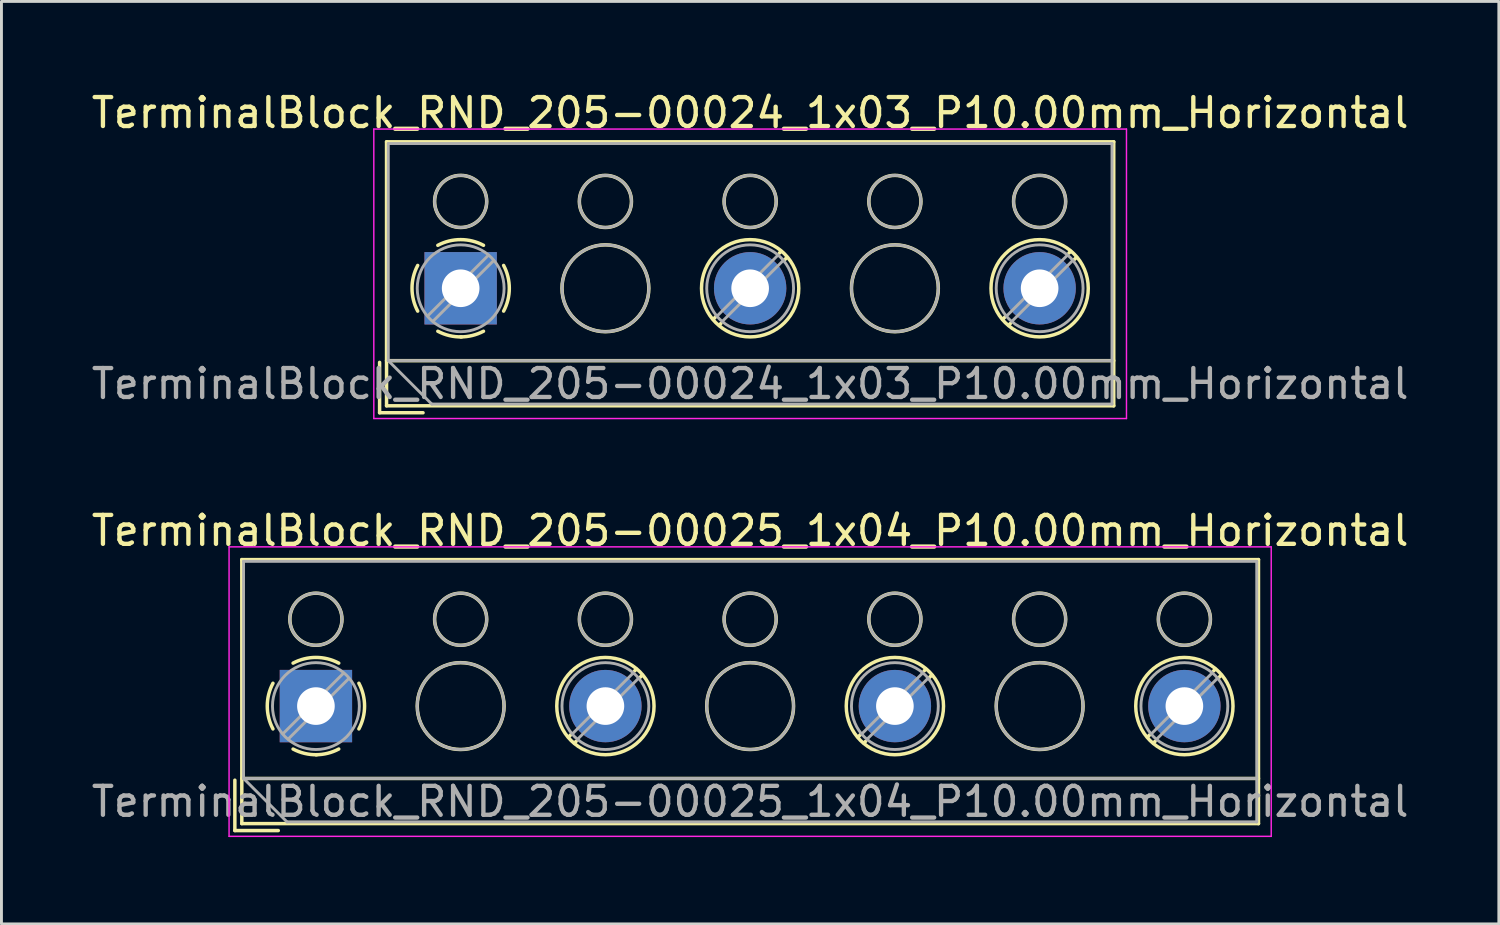
<source format=kicad_pcb>
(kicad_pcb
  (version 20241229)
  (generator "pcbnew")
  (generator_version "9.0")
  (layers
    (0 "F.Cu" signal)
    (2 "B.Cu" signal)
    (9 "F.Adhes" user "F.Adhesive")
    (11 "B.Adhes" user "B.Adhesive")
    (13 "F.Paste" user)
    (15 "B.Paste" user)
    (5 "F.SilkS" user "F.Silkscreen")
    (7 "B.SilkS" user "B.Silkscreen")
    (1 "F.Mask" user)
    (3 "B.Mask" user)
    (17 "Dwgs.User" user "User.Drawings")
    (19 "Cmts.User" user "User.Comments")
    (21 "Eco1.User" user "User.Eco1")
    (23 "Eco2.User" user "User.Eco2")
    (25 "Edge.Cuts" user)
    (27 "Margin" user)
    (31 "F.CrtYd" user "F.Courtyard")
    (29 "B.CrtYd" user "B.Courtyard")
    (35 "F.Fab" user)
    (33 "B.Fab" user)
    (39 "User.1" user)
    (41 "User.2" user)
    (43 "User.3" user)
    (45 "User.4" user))
  (footprint "TerminalBlock_RND_205-00025_1x04_P10.00mm_Horizontal"
    (layer "F.Cu")
    (at 7.863 21.341)
    (property "Reference" "TerminalBlock_RND_205-00025_1x04_P10.00mm_Horizontal" (at 15 -6.06 0) (layer "F.SilkS") (effects (font (size 1 1) (thickness 0.15))))
    (attr through_hole)
    (fp_line (start -2.8 2.56) (end -2.8 4.3) (stroke (width 0.12) (type solid)) (layer "F.SilkS"))
    (fp_line (start -2.8 4.3) (end -1.3 4.3) (stroke (width 0.12) (type solid)) (layer "F.SilkS"))
    (fp_line (start -2.56 -5.06) (end -2.56 4.06) (stroke (width 0.12) (type solid)) (layer "F.SilkS"))
    (fp_line (start -2.56 -5.06) (end 32.56 -5.06) (stroke (width 0.12) (type solid)) (layer "F.SilkS"))
    (fp_line (start -2.56 2.5) (end 32.56 2.5) (stroke (width 0.12) (type solid)) (layer "F.SilkS"))
    (fp_line (start -2.56 4.06) (end 32.56 4.06) (stroke (width 0.12) (type solid)) (layer "F.SilkS"))
    (fp_line (start 8.82 0.976) (end 8.726 1.069) (stroke (width 0.12) (type solid)) (layer "F.SilkS"))
    (fp_line (start 8.99 1.216) (end 8.931 1.274) (stroke (width 0.12) (type solid)) (layer "F.SilkS"))
    (fp_line (start 11.07 -1.275) (end 11.011 -1.216) (stroke (width 0.12) (type solid)) (layer "F.SilkS"))
    (fp_line (start 11.275 -1.069) (end 11.181 -0.976) (stroke (width 0.12) (type solid)) (layer "F.SilkS"))
    (fp_line (start 18.82 0.976) (end 18.726 1.069) (stroke (width 0.12) (type solid)) (layer "F.SilkS"))
    (fp_line (start 18.99 1.216) (end 18.931 1.274) (stroke (width 0.12) (type solid)) (layer "F.SilkS"))
    (fp_line (start 21.07 -1.275) (end 21.011 -1.216) (stroke (width 0.12) (type solid)) (layer "F.SilkS"))
    (fp_line (start 21.275 -1.069) (end 21.181 -0.976) (stroke (width 0.12) (type solid)) (layer "F.SilkS"))
    (fp_line (start 28.82 0.976) (end 28.726 1.069) (stroke (width 0.12) (type solid)) (layer "F.SilkS"))
    (fp_line (start 28.99 1.216) (end 28.931 1.274) (stroke (width 0.12) (type solid)) (layer "F.SilkS"))
    (fp_line (start 31.07 -1.275) (end 31.011 -1.216) (stroke (width 0.12) (type solid)) (layer "F.SilkS"))
    (fp_line (start 31.275 -1.069) (end 31.181 -0.976) (stroke (width 0.12) (type solid)) (layer "F.SilkS"))
    (fp_line (start 32.56 -5.06) (end 32.56 4.06) (stroke (width 0.12) (type solid)) (layer "F.SilkS"))
    (fp_arc (start -1.483953 0.789089) (mid -1.680708 0.00005) (end -1.484 -0.789) (stroke (width 0.12) (type solid)) (layer "F.SilkS"))
    (fp_arc (start -0.789089 -1.483953) (mid -0.00005 -1.680708) (end 0.789 -1.484) (stroke (width 0.12) (type solid)) (layer "F.SilkS"))
    (fp_arc (start 0.029383 1.68045) (mid -0.392304 1.634281) (end -0.789 1.484) (stroke (width 0.12) (type solid)) (layer "F.SilkS"))
    (fp_arc (start 0.788712 1.483352) (mid 0.406429 1.630097) (end 0 1.68) (stroke (width 0.12) (type solid)) (layer "F.SilkS"))
    (fp_arc (start 1.483953 -0.789089) (mid 1.680708 -0.00005) (end 1.484 0.789) (stroke (width 0.12) (type solid)) (layer "F.SilkS"))
    (fp_circle (center 0 -3) (end 0.9 -3) (stroke (width 0.12) (type solid)) (fill no) (layer "F.SilkS"))
    (fp_circle (center 5 -3) (end 5.9 -3) (stroke (width 0.12) (type solid)) (fill no) (layer "F.SilkS"))
    (fp_circle (center 5 0) (end 6.5 0) (stroke (width 0.12) (type solid)) (fill no) (layer "F.SilkS"))
    (fp_circle (center 10 -3) (end 10.9 -3) (stroke (width 0.12) (type solid)) (fill no) (layer "F.SilkS"))
    (fp_circle (center 10 0) (end 11.68 0) (stroke (width 0.12) (type solid)) (fill no) (layer "F.SilkS"))
    (fp_circle (center 15 -3) (end 15.9 -3) (stroke (width 0.12) (type solid)) (fill no) (layer "F.SilkS"))
    (fp_circle (center 15 0) (end 16.5 0) (stroke (width 0.12) (type solid)) (fill no) (layer "F.SilkS"))
    (fp_circle (center 20 -3) (end 20.9 -3) (stroke (width 0.12) (type solid)) (fill no) (layer "F.SilkS"))
    (fp_circle (center 20 0) (end 21.68 0) (stroke (width 0.12) (type solid)) (fill no) (layer "F.SilkS"))
    (fp_circle (center 25 -3) (end 25.9 -3) (stroke (width 0.12) (type solid)) (fill no) (layer "F.SilkS"))
    (fp_circle (center 25 0) (end 26.5 0) (stroke (width 0.12) (type solid)) (fill no) (layer "F.SilkS"))
    (fp_circle (center 30 -3) (end 30.9 -3) (stroke (width 0.12) (type solid)) (fill no) (layer "F.SilkS"))
    (fp_circle (center 30 0) (end 31.68 0) (stroke (width 0.12) (type solid)) (fill no) (layer "F.SilkS"))
    (fp_line (start -3 -5.5) (end -3 4.5) (stroke (width 0.05) (type solid)) (layer "F.CrtYd"))
    (fp_line (start -3 4.5) (end 33 4.5) (stroke (width 0.05) (type solid)) (layer "F.CrtYd"))
    (fp_line (start 33 -5.5) (end -3 -5.5) (stroke (width 0.05) (type solid)) (layer "F.CrtYd"))
    (fp_line (start 33 4.5) (end 33 -5.5) (stroke (width 0.05) (type solid)) (layer "F.CrtYd"))
    (fp_line (start -2.5 -5) (end 32.5 -5) (stroke (width 0.1) (type solid)) (layer "F.Fab"))
    (fp_line (start -2.5 2.5) (end -2.5 -5) (stroke (width 0.1) (type solid)) (layer "F.Fab"))
    (fp_line (start -2.5 2.5) (end 32.5 2.5) (stroke (width 0.1) (type solid)) (layer "F.Fab"))
    (fp_line (start -1 4) (end -2.5 2.5) (stroke (width 0.1) (type solid)) (layer "F.Fab"))
    (fp_line (start 0.955 -1.138) (end -1.138 0.955) (stroke (width 0.1) (type solid)) (layer "F.Fab"))
    (fp_line (start 1.138 -0.955) (end -0.955 1.138) (stroke (width 0.1) (type solid)) (layer "F.Fab"))
    (fp_line (start 10.955 -1.138) (end 8.863 0.955) (stroke (width 0.1) (type solid)) (layer "F.Fab"))
    (fp_line (start 11.138 -0.955) (end 9.046 1.138) (stroke (width 0.1) (type solid)) (layer "F.Fab"))
    (fp_line (start 20.955 -1.138) (end 18.863 0.955) (stroke (width 0.1) (type solid)) (layer "F.Fab"))
    (fp_line (start 21.138 -0.955) (end 19.046 1.138) (stroke (width 0.1) (type solid)) (layer "F.Fab"))
    (fp_line (start 30.955 -1.138) (end 28.863 0.955) (stroke (width 0.1) (type solid)) (layer "F.Fab"))
    (fp_line (start 31.138 -0.955) (end 29.046 1.138) (stroke (width 0.1) (type solid)) (layer "F.Fab"))
    (fp_line (start 32.5 -5) (end 32.5 4) (stroke (width 0.1) (type solid)) (layer "F.Fab"))
    (fp_line (start 32.5 4) (end -1 4) (stroke (width 0.1) (type solid)) (layer "F.Fab"))
    (fp_circle (center 0 -3) (end 0.9 -3) (stroke (width 0.1) (type solid)) (fill no) (layer "F.Fab"))
    (fp_circle (center 0 0) (end 1.5 0) (stroke (width 0.1) (type solid)) (fill no) (layer "F.Fab"))
    (fp_circle (center 5 -3) (end 5.9 -3) (stroke (width 0.1) (type solid)) (fill no) (layer "F.Fab"))
    (fp_circle (center 5 0) (end 6.5 0) (stroke (width 0.1) (type solid)) (fill no) (layer "F.Fab"))
    (fp_circle (center 10 -3) (end 10.9 -3) (stroke (width 0.1) (type solid)) (fill no) (layer "F.Fab"))
    (fp_circle (center 10 0) (end 11.5 0) (stroke (width 0.1) (type solid)) (fill no) (layer "F.Fab"))
    (fp_circle (center 15 -3) (end 15.9 -3) (stroke (width 0.1) (type solid)) (fill no) (layer "F.Fab"))
    (fp_circle (center 15 0) (end 16.5 0) (stroke (width 0.1) (type solid)) (fill no) (layer "F.Fab"))
    (fp_circle (center 20 -3) (end 20.9 -3) (stroke (width 0.1) (type solid)) (fill no) (layer "F.Fab"))
    (fp_circle (center 20 0) (end 21.5 0) (stroke (width 0.1) (type solid)) (fill no) (layer "F.Fab"))
    (fp_circle (center 25 -3) (end 25.9 -3) (stroke (width 0.1) (type solid)) (fill no) (layer "F.Fab"))
    (fp_circle (center 25 0) (end 26.5 0) (stroke (width 0.1) (type solid)) (fill no) (layer "F.Fab"))
    (fp_circle (center 30 -3) (end 30.9 -3) (stroke (width 0.1) (type solid)) (fill no) (layer "F.Fab"))
    (fp_circle (center 30 0) (end 31.5 0) (stroke (width 0.1) (type solid)) (fill no) (layer "F.Fab"))
    (fp_text user "${REFERENCE}" (at 15 3.3 0) (layer "F.Fab") (effects (font (size 1 1) (thickness 0.15))))
    (pad "1" thru_hole rect (at 0 0) (size 2.5 2.5) (drill 1.3) (layers "*.Cu" "*.Mask"))
    (pad "2" thru_hole circle (at 10 0) (size 2.5 2.5) (drill 1.3) (layers "*.Cu" "*.Mask"))
    (pad "3" thru_hole circle (at 20 0) (size 2.5 2.5) (drill 1.3) (layers "*.Cu" "*.Mask"))
    (pad "4" thru_hole circle (at 30 0) (size 2.5 2.5) (drill 1.3) (layers "*.Cu" "*.Mask")))
  (footprint "TerminalBlock_RND_205-00024_1x03_P10.00mm_Horizontal"
    (layer "F.Cu")
    (at 12.863 6.908)
    (property "Reference" "TerminalBlock_RND_205-00024_1x03_P10.00mm_Horizontal" (at 10 -6.06 0) (layer "F.SilkS") (effects (font (size 1 1) (thickness 0.15))))
    (attr through_hole)
    (fp_line (start -2.8 2.56) (end -2.8 4.3) (stroke (width 0.12) (type solid)) (layer "F.SilkS"))
    (fp_line (start -2.8 4.3) (end -1.3 4.3) (stroke (width 0.12) (type solid)) (layer "F.SilkS"))
    (fp_line (start -2.56 -5.06) (end -2.56 4.06) (stroke (width 0.12) (type solid)) (layer "F.SilkS"))
    (fp_line (start -2.56 -5.06) (end 22.56 -5.06) (stroke (width 0.12) (type solid)) (layer "F.SilkS"))
    (fp_line (start -2.56 2.5) (end 22.56 2.5) (stroke (width 0.12) (type solid)) (layer "F.SilkS"))
    (fp_line (start -2.56 4.06) (end 22.56 4.06) (stroke (width 0.12) (type solid)) (layer "F.SilkS"))
    (fp_line (start 8.82 0.976) (end 8.726 1.069) (stroke (width 0.12) (type solid)) (layer "F.SilkS"))
    (fp_line (start 8.99 1.216) (end 8.931 1.274) (stroke (width 0.12) (type solid)) (layer "F.SilkS"))
    (fp_line (start 11.07 -1.275) (end 11.011 -1.216) (stroke (width 0.12) (type solid)) (layer "F.SilkS"))
    (fp_line (start 11.275 -1.069) (end 11.181 -0.976) (stroke (width 0.12) (type solid)) (layer "F.SilkS"))
    (fp_line (start 18.82 0.976) (end 18.726 1.069) (stroke (width 0.12) (type solid)) (layer "F.SilkS"))
    (fp_line (start 18.99 1.216) (end 18.931 1.274) (stroke (width 0.12) (type solid)) (layer "F.SilkS"))
    (fp_line (start 21.07 -1.275) (end 21.011 -1.216) (stroke (width 0.12) (type solid)) (layer "F.SilkS"))
    (fp_line (start 21.275 -1.069) (end 21.181 -0.976) (stroke (width 0.12) (type solid)) (layer "F.SilkS"))
    (fp_line (start 22.56 -5.06) (end 22.56 4.06) (stroke (width 0.12) (type solid)) (layer "F.SilkS"))
    (fp_arc (start -1.483953 0.789089) (mid -1.680708 0.00005) (end -1.484 -0.789) (stroke (width 0.12) (type solid)) (layer "F.SilkS"))
    (fp_arc (start -0.789089 -1.483953) (mid -0.00005 -1.680708) (end 0.789 -1.484) (stroke (width 0.12) (type solid)) (layer "F.SilkS"))
    (fp_arc (start 0.029383 1.68045) (mid -0.392304 1.634281) (end -0.789 1.484) (stroke (width 0.12) (type solid)) (layer "F.SilkS"))
    (fp_arc (start 0.788712 1.483352) (mid 0.406429 1.630097) (end 0 1.68) (stroke (width 0.12) (type solid)) (layer "F.SilkS"))
    (fp_arc (start 1.483953 -0.789089) (mid 1.680708 -0.00005) (end 1.484 0.789) (stroke (width 0.12) (type solid)) (layer "F.SilkS"))
    (fp_circle (center 0 -3) (end 0.9 -3) (stroke (width 0.12) (type solid)) (fill no) (layer "F.SilkS"))
    (fp_circle (center 5 -3) (end 5.9 -3) (stroke (width 0.12) (type solid)) (fill no) (layer "F.SilkS"))
    (fp_circle (center 5 0) (end 6.5 0) (stroke (width 0.12) (type solid)) (fill no) (layer "F.SilkS"))
    (fp_circle (center 10 -3) (end 10.9 -3) (stroke (width 0.12) (type solid)) (fill no) (layer "F.SilkS"))
    (fp_circle (center 10 0) (end 11.68 0) (stroke (width 0.12) (type solid)) (fill no) (layer "F.SilkS"))
    (fp_circle (center 15 -3) (end 15.9 -3) (stroke (width 0.12) (type solid)) (fill no) (layer "F.SilkS"))
    (fp_circle (center 15 0) (end 16.5 0) (stroke (width 0.12) (type solid)) (fill no) (layer "F.SilkS"))
    (fp_circle (center 20 -3) (end 20.9 -3) (stroke (width 0.12) (type solid)) (fill no) (layer "F.SilkS"))
    (fp_circle (center 20 0) (end 21.68 0) (stroke (width 0.12) (type solid)) (fill no) (layer "F.SilkS"))
    (fp_line (start -3 -5.5) (end -3 4.5) (stroke (width 0.05) (type solid)) (layer "F.CrtYd"))
    (fp_line (start -3 4.5) (end 23 4.5) (stroke (width 0.05) (type solid)) (layer "F.CrtYd"))
    (fp_line (start 23 -5.5) (end -3 -5.5) (stroke (width 0.05) (type solid)) (layer "F.CrtYd"))
    (fp_line (start 23 4.5) (end 23 -5.5) (stroke (width 0.05) (type solid)) (layer "F.CrtYd"))
    (fp_line (start -2.5 -5) (end 22.5 -5) (stroke (width 0.1) (type solid)) (layer "F.Fab"))
    (fp_line (start -2.5 2.5) (end -2.5 -5) (stroke (width 0.1) (type solid)) (layer "F.Fab"))
    (fp_line (start -2.5 2.5) (end 22.5 2.5) (stroke (width 0.1) (type solid)) (layer "F.Fab"))
    (fp_line (start -1 4) (end -2.5 2.5) (stroke (width 0.1) (type solid)) (layer "F.Fab"))
    (fp_line (start 0.955 -1.138) (end -1.138 0.955) (stroke (width 0.1) (type solid)) (layer "F.Fab"))
    (fp_line (start 1.138 -0.955) (end -0.955 1.138) (stroke (width 0.1) (type solid)) (layer "F.Fab"))
    (fp_line (start 10.955 -1.138) (end 8.863 0.955) (stroke (width 0.1) (type solid)) (layer "F.Fab"))
    (fp_line (start 11.138 -0.955) (end 9.046 1.138) (stroke (width 0.1) (type solid)) (layer "F.Fab"))
    (fp_line (start 20.955 -1.138) (end 18.863 0.955) (stroke (width 0.1) (type solid)) (layer "F.Fab"))
    (fp_line (start 21.138 -0.955) (end 19.046 1.138) (stroke (width 0.1) (type solid)) (layer "F.Fab"))
    (fp_line (start 22.5 -5) (end 22.5 4) (stroke (width 0.1) (type solid)) (layer "F.Fab"))
    (fp_line (start 22.5 4) (end -1 4) (stroke (width 0.1) (type solid)) (layer "F.Fab"))
    (fp_circle (center 0 -3) (end 0.9 -3) (stroke (width 0.1) (type solid)) (fill no) (layer "F.Fab"))
    (fp_circle (center 0 0) (end 1.5 0) (stroke (width 0.1) (type solid)) (fill no) (layer "F.Fab"))
    (fp_circle (center 5 -3) (end 5.9 -3) (stroke (width 0.1) (type solid)) (fill no) (layer "F.Fab"))
    (fp_circle (center 5 0) (end 6.5 0) (stroke (width 0.1) (type solid)) (fill no) (layer "F.Fab"))
    (fp_circle (center 10 -3) (end 10.9 -3) (stroke (width 0.1) (type solid)) (fill no) (layer "F.Fab"))
    (fp_circle (center 10 0) (end 11.5 0) (stroke (width 0.1) (type solid)) (fill no) (layer "F.Fab"))
    (fp_circle (center 15 -3) (end 15.9 -3) (stroke (width 0.1) (type solid)) (fill no) (layer "F.Fab"))
    (fp_circle (center 15 0) (end 16.5 0) (stroke (width 0.1) (type solid)) (fill no) (layer "F.Fab"))
    (fp_circle (center 20 -3) (end 20.9 -3) (stroke (width 0.1) (type solid)) (fill no) (layer "F.Fab"))
    (fp_circle (center 20 0) (end 21.5 0) (stroke (width 0.1) (type solid)) (fill no) (layer "F.Fab"))
    (fp_text user "${REFERENCE}" (at 10 3.3 0) (layer "F.Fab") (effects (font (size 1 1) (thickness 0.15))))
    (pad "1" thru_hole rect (at 0 0) (size 2.5 2.5) (drill 1.3) (layers "*.Cu" "*.Mask"))
    (pad "2" thru_hole circle (at 10 0) (size 2.5 2.5) (drill 1.3) (layers "*.Cu" "*.Mask"))
    (pad "3" thru_hole circle (at 20 0) (size 2.5 2.5) (drill 1.3) (layers "*.Cu" "*.Mask")))
  (gr_rect
    (start -3 -3)
    (end 48.726 28.866)
    (stroke (width 0.1) (type default))
    (fill no)
    (layer "Edge.Cuts")))
</source>
